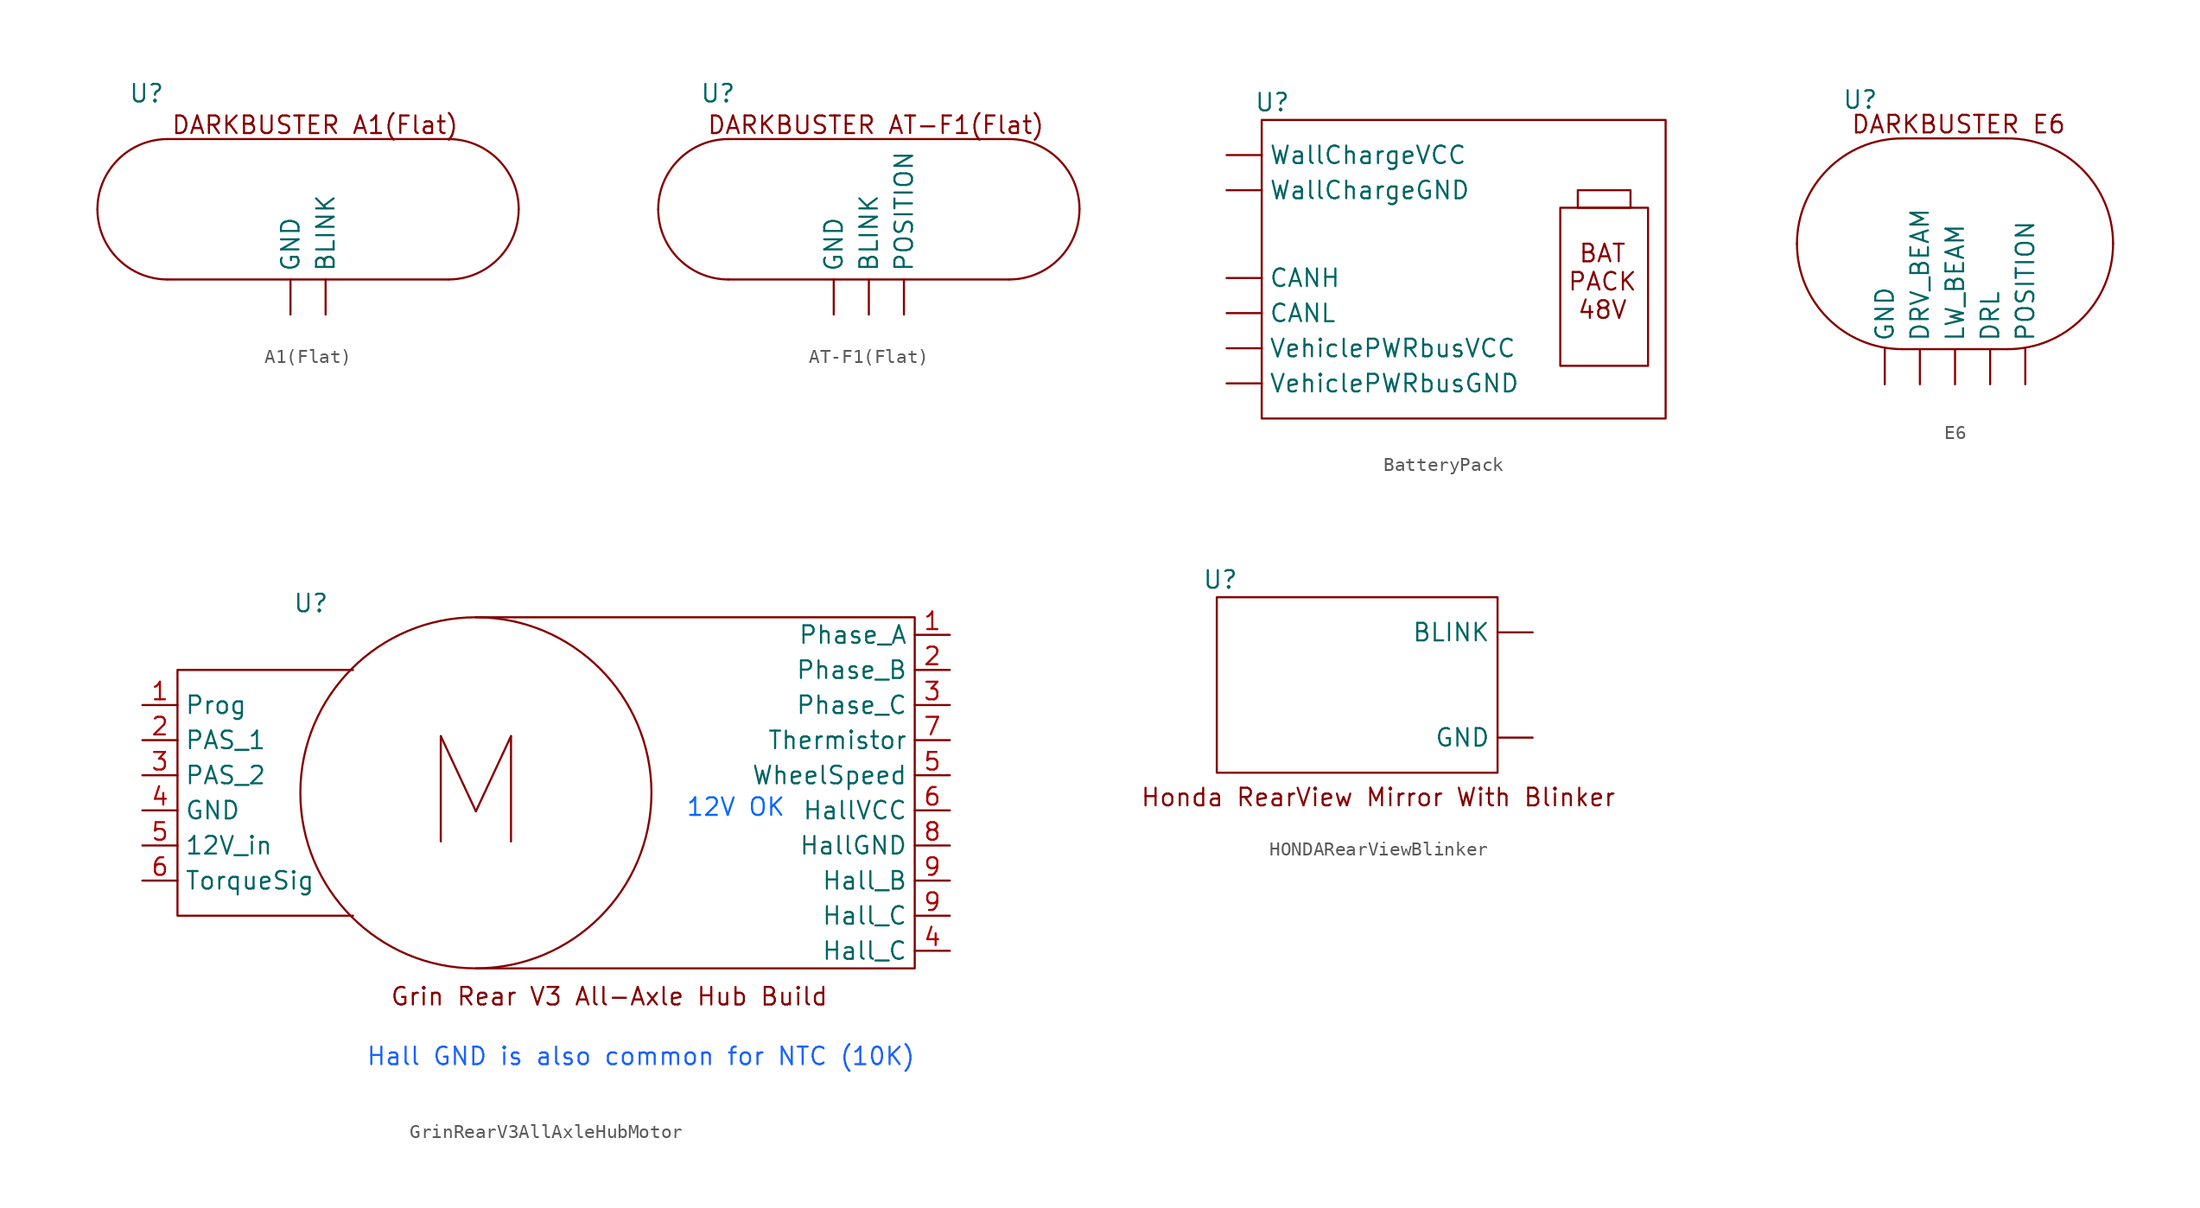
<source format=kicad_sym>
(kicad_symbol_lib
  (version 20241209)
  (generator "kicad_symbol_editor")
  (generator_version "9.0")
  (symbol "A1(Flat)"
    (property "Reference" "U"
      (at -11.684 8.382 0)
      (effects (font (size 1.27 1.27))))
    (property "Value" ""
      (at 0 0 0)
      (effects (font (size 1.27 1.27))))
    (symbol "A1(Flat)_0_1"
      (polyline (pts (xy -10.16 5.08) (xy 10.16 5.08)) (stroke (width 0) (type default)) (fill (type none)))
      (arc (start -15.2393 -0.0005) (mid -13.7516 3.5916) (end -10.1595 5.0793) (stroke (width 0) (type default)) (fill (type none)))
      (arc (start -10.1595 -5.0793) (mid -13.7516 -3.5916) (end -15.2393 0.0005) (stroke (width 0) (type default)) (fill (type none)))
      (arc (start 10.16 5.08) (mid 13.7521 3.5923) (end 15.2398 0.0002) (stroke (width 0) (type default)) (fill (type none)))
      (arc (start 15.2393 0.0005) (mid 13.7516 -3.5916) (end 10.1595 -5.0793) (stroke (width 0) (type default)) (fill (type none)))
      (polyline (pts (xy 10.16 -5.08) (xy -10.16 -5.08)) (stroke (width 0) (type default)) (fill (type none))))
    (symbol "A1(Flat)_1_1"
      (text "DARKBUSTER A1(Flat)" (at 0.508 6.096 0) (effects (font (size 1.27 1.27))))
      (pin input line (at -1.27 -7.62 90) (length 2.54) (name "GND" (effects (font (size 1.27 1.27)))) (number "" (effects (font (size 1.27 1.27)))))
      (pin input line (at 1.27 -7.62 90) (length 2.54) (name "BLINK" (effects (font (size 1.27 1.27)))) (number "" (effects (font (size 1.27 1.27)))))))
  (symbol "AT-F1(Flat)"
    (property "Reference" "U"
      (at -10.922 8.382 0)
      (effects (font (size 1.27 1.27))))
    (property "Value" ""
      (at 0 0 0)
      (effects (font (size 1.27 1.27))))
    (symbol "AT-F1(Flat)_0_1"
      (polyline (pts (xy -10.16 5.08) (xy 10.16 5.08)) (stroke (width 0) (type default)) (fill (type none)))
      (arc (start -15.2393 -0.0005) (mid -13.7516 3.5916) (end -10.1595 5.0793) (stroke (width 0) (type default)) (fill (type none)))
      (arc (start -10.1595 -5.0793) (mid -13.7516 -3.5916) (end -15.2393 0.0005) (stroke (width 0) (type default)) (fill (type none)))
      (arc (start 10.16 5.08) (mid 13.7521 3.5923) (end 15.2398 0.0002) (stroke (width 0) (type default)) (fill (type none)))
      (arc (start 15.2393 0.0005) (mid 13.7516 -3.5916) (end 10.1595 -5.0793) (stroke (width 0) (type default)) (fill (type none)))
      (polyline (pts (xy 10.16 -5.08) (xy -10.16 -5.08)) (stroke (width 0) (type default)) (fill (type none))))
    (symbol "AT-F1(Flat)_1_1"
      (text "DARKBUSTER AT-F1(Flat)" (at 0.508 6.096 0) (effects (font (size 1.27 1.27))))
      (pin input line (at -2.54 -7.62 90) (length 2.54) (name "GND" (effects (font (size 1.27 1.27)))) (number "" (effects (font (size 1.27 1.27)))))
      (pin input line (at 0 -7.62 90) (length 2.54) (name "BLINK" (effects (font (size 1.27 1.27)))) (number "" (effects (font (size 1.27 1.27)))))
      (pin input line (at 2.54 -7.62 90) (length 2.54) (name "POSITION" (effects (font (size 1.27 1.27)))) (number "" (effects (font (size 1.27 1.27)))))))
  (symbol "BatteryPack"
    (property "Reference" "U"
      (at -5.588 10.16 0)
      (effects (font (size 1.27 1.27))))
    (property "Value" ""
      (at 0 0 0)
      (effects (font (size 1.27 1.27))))
    (symbol "BatteryPack_0_1"
      (rectangle (start -6.35 8.89) (end 22.86 -12.7) (stroke (width 0) (type default)) (fill (type none)))
      (rectangle (start 15.24 -8.89) (end 21.59 2.54) (stroke (width 0) (type default)) (fill (type none)))
      (rectangle (start 16.51 2.54) (end 20.32 3.81) (stroke (width 0) (type default)) (fill (type none))))
    (symbol "BatteryPack_1_1"
      (text "BAT\nPACK\n48V" (at 18.288 -2.794 0) (effects (font (size 1.27 1.27))))
      (pin input line (at -8.89 6.35 0) (length 2.54) (name "WallChargeVCC" (effects (font (size 1.27 1.27)))) (number "" (effects (font (size 1.27 1.27)))))
      (pin input line (at -8.89 3.81 0) (length 2.54) (name "WallChargeGND" (effects (font (size 1.27 1.27)))) (number "" (effects (font (size 1.27 1.27)))))
      (pin input line (at -8.89 -2.54 0) (length 2.54) (name "CANH" (effects (font (size 1.27 1.27)))) (number "" (effects (font (size 1.27 1.27)))))
      (pin input line (at -8.89 -5.08 0) (length 2.54) (name "CANL" (effects (font (size 1.27 1.27)))) (number "" (effects (font (size 1.27 1.27)))))
      (pin input line (at -8.89 -7.62 0) (length 2.54) (name "VehiclePWRbusVCC" (effects (font (size 1.27 1.27)))) (number "" (effects (font (size 1.27 1.27)))))
      (pin input line (at -8.89 -10.16 0) (length 2.54) (name "VehiclePWRbusGND" (effects (font (size 1.27 1.27)))) (number "" (effects (font (size 1.27 1.27)))))))
  (symbol "E6"
    (property "Reference" "U"
      (at -6.858 10.414 0)
      (effects (font (size 1.27 1.27))))
    (property "Value" ""
      (at 0 0 0)
      (effects (font (size 1.27 1.27))))
    (symbol "E6_0_1"
      (arc (start -11.43 0) (mid -9.1982 5.3882) (end -3.81 7.62) (stroke (width 0) (type default)) (fill (type none)))
      (polyline (pts (xy -3.81 7.62) (xy 3.81 7.62)) (stroke (width 0) (type default)) (fill (type none)))
      (arc (start -3.8098 -7.6198) (mid -9.198 -5.388) (end -11.4298 0.0002) (stroke (width 0) (type default)) (fill (type none)))
      (arc (start 3.8098 7.6198) (mid 9.198 5.388) (end 11.4298 -0.0002) (stroke (width 0) (type default)) (fill (type none)))
      (arc (start 11.4298 0.0002) (mid 9.198 -5.388) (end 3.8098 -7.6198) (stroke (width 0) (type default)) (fill (type none)))
      (polyline (pts (xy 3.81 -7.62) (xy -3.81 -7.62)) (stroke (width 0) (type default)) (fill (type none))))
    (symbol "E6_1_1"
      (text "DARKBUSTER E6" (at 0.254 8.636 0) (effects (font (size 1.27 1.27))))
      (pin input line (at -5.08 -10.16 90) (length 2.54) (name "GND" (effects (font (size 1.27 1.27)))) (number "" (effects (font (size 1.27 1.27)))))
      (pin input line (at -2.54 -10.16 90) (length 2.54) (name "DRV_BEAM" (effects (font (size 1.27 1.27)))) (number "" (effects (font (size 1.27 1.27)))))
      (pin input line (at 0 -10.16 90) (length 2.54) (name "LW_BEAM" (effects (font (size 1.27 1.27)))) (number "" (effects (font (size 1.27 1.27)))))
      (pin input line (at 2.54 -10.16 90) (length 2.54) (name "DRL" (effects (font (size 1.27 1.27)))) (number "" (effects (font (size 1.27 1.27)))))
      (pin input line (at 5.08 -10.16 90) (length 2.54) (name "POSITION" (effects (font (size 1.27 1.27)))) (number "" (effects (font (size 1.27 1.27)))))))
  (symbol "GrinRearV3AllAxleHubMotor"
    (property "Reference" "U"
      (at -11.938 13.716 0)
      (effects (font (size 1.27 1.27))))
    (property "Value" ""
      (at 0 0 0)
      (effects (font (size 1.27 1.27))))
    (symbol "GrinRearV3AllAxleHubMotor_0_1"
      (polyline (pts (xy -8.89 8.89) (xy -21.59 8.89) (xy -21.59 -8.89) (xy -8.89 -8.89)) (stroke (width 0) (type default)) (fill (type none)))
      (circle (center 0 0) (radius 12.7) (stroke (width 0) (type default)) (fill (type none)))
      (polyline (pts (xy 0 -12.7) (xy 31.75 -12.7) (xy 31.75 12.7) (xy 0 12.7)) (stroke (width 0) (type default)) (fill (type none))))
    (symbol "GrinRearV3AllAxleHubMotor_1_1"
      (text "M" (at 0 0 0) (effects (font (size 7.62 7.62))))
      (text "Grin Rear V3 All-Axle Hub Build" (at 9.652 -14.732 0) (effects (font (size 1.27 1.27))))
      (text "Hall GND is also common for NTC (10K)" (at 11.938 -19.05 0) (effects (font (size 1.27 1.27) (color 26 97 255 1))))
      (text "12V OK" (at 18.796 -1.016 0) (effects (font (size 1.27 1.27) (color 7 104 255 1))))
      (pin input line (at -24.13 6.35 0) (length 2.54) (name "Prog" (effects (font (size 1.27 1.27)))) (number "1" (effects (font (size 1.27 1.27)))))
      (pin input line (at -24.13 3.81 0) (length 2.54) (name "PAS_1" (effects (font (size 1.27 1.27)))) (number "2" (effects (font (size 1.27 1.27)))))
      (pin input line (at -24.13 1.27 0) (length 2.54) (name "PAS_2" (effects (font (size 1.27 1.27)))) (number "3" (effects (font (size 1.27 1.27)))))
      (pin input line (at -24.13 -1.27 0) (length 2.54) (name "GND" (effects (font (size 1.27 1.27)))) (number "4" (effects (font (size 1.27 1.27)))))
      (pin input line (at -24.13 -3.81 0) (length 2.54) (name "12V_in" (effects (font (size 1.27 1.27)))) (number "5" (effects (font (size 1.27 1.27)))))
      (pin input line (at -24.13 -6.35 0) (length 2.54) (name "TorqueSig" (effects (font (size 1.27 1.27)))) (number "6" (effects (font (size 1.27 1.27)))))
      (pin input line (at 34.29 11.43 180) (length 2.54) (name "Phase_A" (effects (font (size 1.27 1.27)))) (number "1" (effects (font (size 1.27 1.27)))))
      (pin input line (at 34.29 8.89 180) (length 2.54) (name "Phase_B" (effects (font (size 1.27 1.27)))) (number "2" (effects (font (size 1.27 1.27)))))
      (pin input line (at 34.29 6.35 180) (length 2.54) (name "Phase_C" (effects (font (size 1.27 1.27)))) (number "3" (effects (font (size 1.27 1.27)))))
      (pin input line (at 34.29 3.81 180) (length 2.54) (name "Thermistor" (effects (font (size 1.27 1.27)))) (number "7" (effects (font (size 1.27 1.27)))))
      (pin input line (at 34.29 1.27 180) (length 2.54) (name "WheelSpeed" (effects (font (size 1.27 1.27)))) (number "5" (effects (font (size 1.27 1.27)))))
      (pin input line (at 34.29 -1.27 180) (length 2.54) (name "HallVCC" (effects (font (size 1.27 1.27)))) (number "6" (effects (font (size 1.27 1.27)))))
      (pin input line (at 34.29 -3.81 180) (length 2.54) (name "HallGND" (effects (font (size 1.27 1.27)))) (number "8" (effects (font (size 1.27 1.27)))))
      (pin input line (at 34.29 -6.35 180) (length 2.54) (name "Hall_B" (effects (font (size 1.27 1.27)))) (number "9" (effects (font (size 1.27 1.27)))))
      (pin input line (at 34.29 -8.89 180) (length 2.54) (name "Hall_C" (effects (font (size 1.27 1.27)))) (number "9" (effects (font (size 1.27 1.27)))))
      (pin input line (at 34.29 -11.43 180) (length 2.54) (name "Hall_C" (effects (font (size 1.27 1.27)))) (number "4" (effects (font (size 1.27 1.27)))))))
  (symbol "HONDARearViewBlinker"
    (property "Reference" "U"
      (at -11.176 7.62 0)
      (effects (font (size 1.27 1.27))))
    (property "Value" ""
      (at 0 0 0)
      (effects (font (size 1.27 1.27))))
    (symbol "HONDARearViewBlinker_0_1"
      (rectangle (start -11.43 6.35) (end 8.89 -6.35) (stroke (width 0) (type default)) (fill (type none))))
    (symbol "HONDARearViewBlinker_1_1"
      (text "Honda RearView Mirror With Blinker" (at 0.254 -8.128 0) (effects (font (size 1.27 1.27))))
      (pin input line (at 11.43 3.81 180) (length 2.54) (name "BLINK" (effects (font (size 1.27 1.27)))) (number "" (effects (font (size 1.27 1.27)))))
      (pin input line (at 11.43 -3.81 180) (length 2.54) (name "GND" (effects (font (size 1.27 1.27)))) (number "" (effects (font (size 1.27 1.27))))))))
</source>
